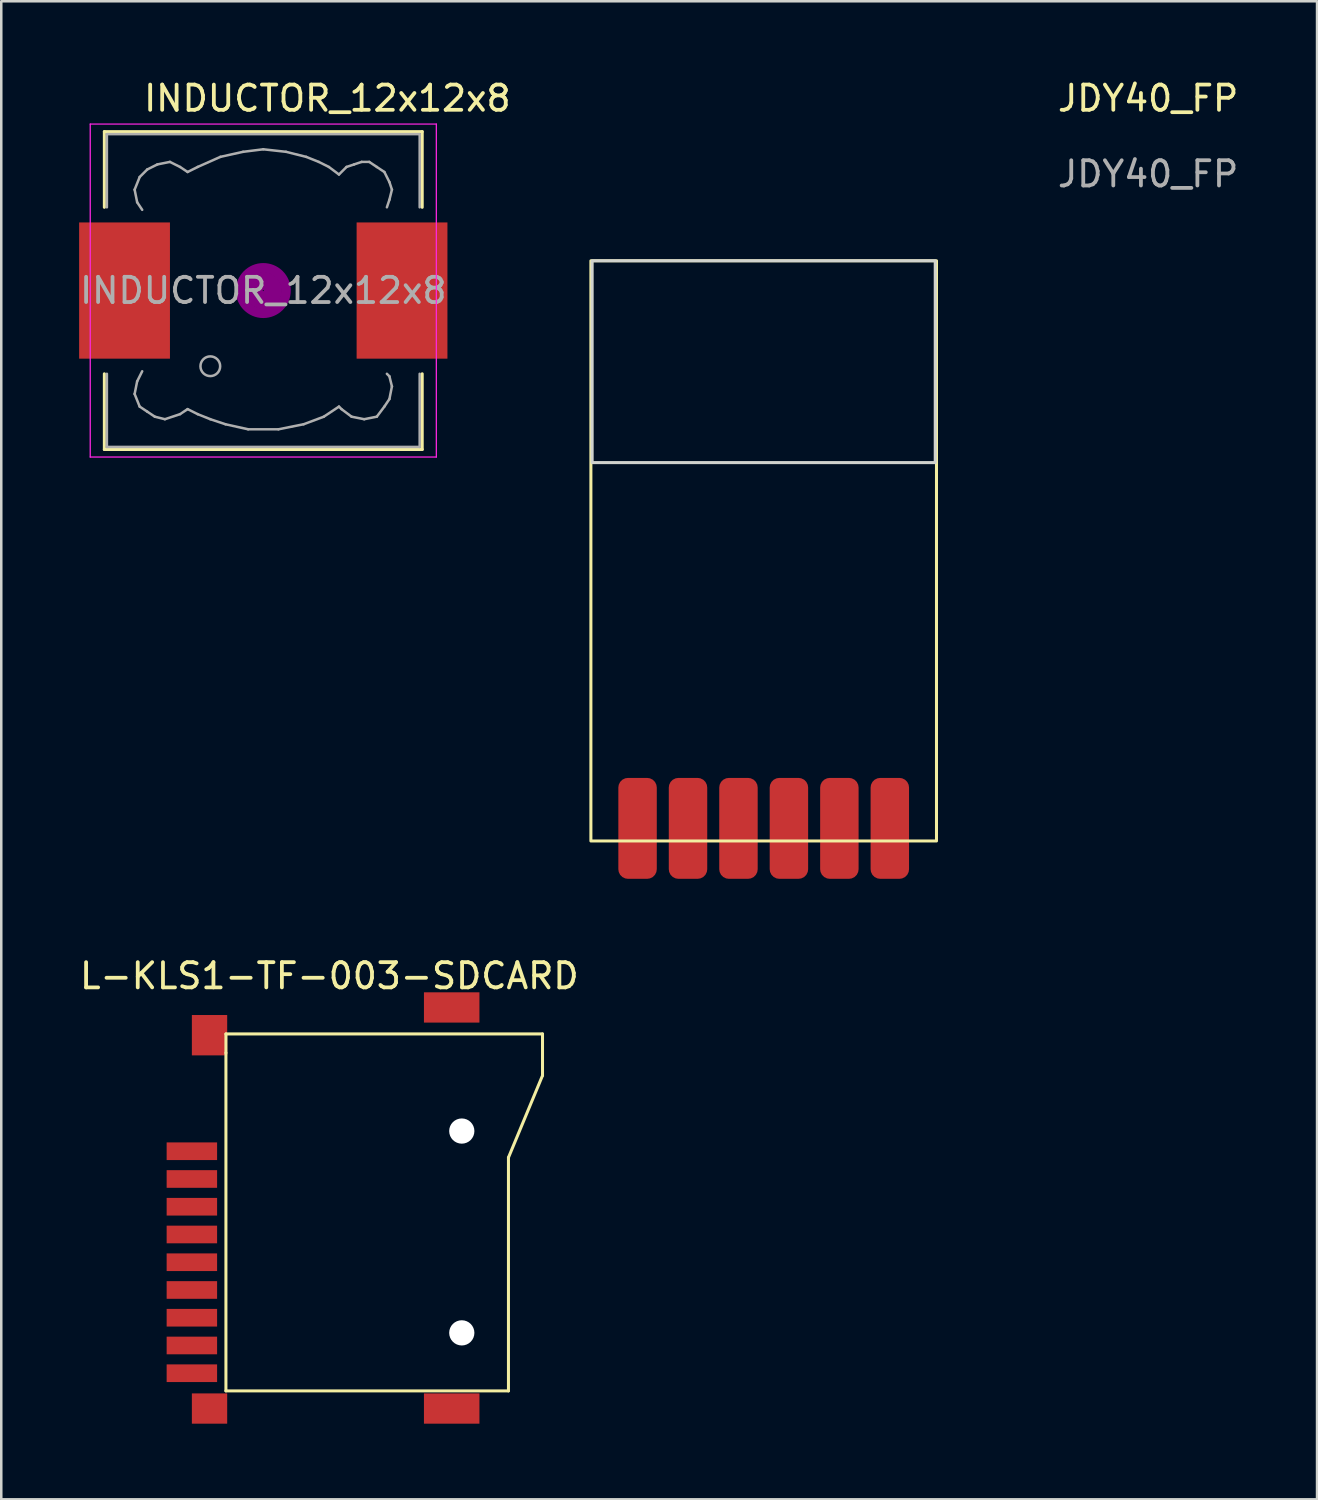
<source format=kicad_pcb>
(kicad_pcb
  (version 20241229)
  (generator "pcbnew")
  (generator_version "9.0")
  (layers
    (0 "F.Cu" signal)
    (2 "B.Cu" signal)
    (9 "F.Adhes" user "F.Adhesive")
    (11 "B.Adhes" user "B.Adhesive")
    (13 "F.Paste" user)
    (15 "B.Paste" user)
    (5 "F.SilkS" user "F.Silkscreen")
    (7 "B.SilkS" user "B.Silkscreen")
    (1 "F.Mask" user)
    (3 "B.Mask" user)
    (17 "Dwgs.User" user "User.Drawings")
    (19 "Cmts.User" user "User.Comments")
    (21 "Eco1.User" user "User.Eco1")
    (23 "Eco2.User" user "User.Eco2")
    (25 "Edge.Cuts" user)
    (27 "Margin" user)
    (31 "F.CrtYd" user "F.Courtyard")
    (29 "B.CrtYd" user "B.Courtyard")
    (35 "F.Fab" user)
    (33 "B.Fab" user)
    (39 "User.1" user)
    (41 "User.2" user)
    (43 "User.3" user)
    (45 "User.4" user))
  (footprint "INDUCTOR_12x12x8"
    (layer "F.Cu")
    (at 7.387 8.468)
    (property "Reference" "INDUCTOR_12x12x8" (at 2.54 -7.62 0) (layer "F.SilkS") (effects (font (size 1 1) (thickness 0.15))))
    (attr through_hole)
    (fp_line (start -6.3 -6.3) (end 6.3 -6.3) (stroke (width 0.12) (type solid)) (layer "F.SilkS"))
    (fp_line (start -6.3 -3.3) (end -6.3 -6.3) (stroke (width 0.12) (type solid)) (layer "F.SilkS"))
    (fp_line (start -6.3 6.3) (end -6.3 3.3) (stroke (width 0.12) (type solid)) (layer "F.SilkS"))
    (fp_line (start 6.3 -6.3) (end 6.3 -3.3) (stroke (width 0.12) (type solid)) (layer "F.SilkS"))
    (fp_line (start 6.3 3.3) (end 6.3 6.3) (stroke (width 0.12) (type solid)) (layer "F.SilkS"))
    (fp_line (start 6.3 6.3) (end -6.3 6.3) (stroke (width 0.12) (type solid)) (layer "F.SilkS"))
    (fp_circle (center 0 0) (end 0.15 0.15) (stroke (width 0.38) (type solid)) (fill no) (layer "F.Adhes"))
    (fp_circle (center 0 0) (end 0.55 0) (stroke (width 0.38) (type solid)) (fill no) (layer "F.Adhes"))
    (fp_circle (center 0 0) (end 0.9 0) (stroke (width 0.38) (type solid)) (fill no) (layer "F.Adhes"))
    (fp_line (start -6.86 -6.6) (end 6.86 -6.6) (stroke (width 0.05) (type solid)) (layer "F.CrtYd"))
    (fp_line (start -6.86 6.6) (end -6.86 -6.6) (stroke (width 0.05) (type solid)) (layer "F.CrtYd"))
    (fp_line (start 6.86 -6.6) (end 6.86 6.6) (stroke (width 0.05) (type solid)) (layer "F.CrtYd"))
    (fp_line (start 6.86 6.6) (end -6.86 6.6) (stroke (width 0.05) (type solid)) (layer "F.CrtYd"))
    (fp_line (start -6.2 -6.2) (end -6.2 -3.3) (stroke (width 0.1) (type solid)) (layer "F.Fab"))
    (fp_line (start -6.2 3.3) (end -6.2 6.2) (stroke (width 0.1) (type solid)) (layer "F.Fab"))
    (fp_line (start -6.2 6.2) (end 6.2 6.2) (stroke (width 0.1) (type solid)) (layer "F.Fab"))
    (fp_line (start -5.1 -4) (end -5 -3.5) (stroke (width 0.1) (type solid)) (layer "F.Fab"))
    (fp_line (start -5.1 4.1) (end -5 3.6) (stroke (width 0.1) (type solid)) (layer "F.Fab"))
    (fp_line (start -5 -3.5) (end -4.8 -3.2) (stroke (width 0.1) (type solid)) (layer "F.Fab"))
    (fp_line (start -5 3.6) (end -4.8 3.2) (stroke (width 0.1) (type solid)) (layer "F.Fab"))
    (fp_line (start -4.9 -4.5) (end -5.1 -4) (stroke (width 0.1) (type solid)) (layer "F.Fab"))
    (fp_line (start -4.9 4.6) (end -5.1 4.1) (stroke (width 0.1) (type solid)) (layer "F.Fab"))
    (fp_line (start -4.6 -4.8) (end -4.9 -4.5) (stroke (width 0.1) (type solid)) (layer "F.Fab"))
    (fp_line (start -4.6 4.8) (end -4.9 4.6) (stroke (width 0.1) (type solid)) (layer "F.Fab"))
    (fp_line (start -4.3 5) (end -4.6 4.8) (stroke (width 0.1) (type solid)) (layer "F.Fab"))
    (fp_line (start -4.2 -5) (end -4.6 -4.8) (stroke (width 0.1) (type solid)) (layer "F.Fab"))
    (fp_line (start -3.9 5.1) (end -4.3 5) (stroke (width 0.1) (type solid)) (layer "F.Fab"))
    (fp_line (start -3.7 -5.1) (end -4.2 -5) (stroke (width 0.1) (type solid)) (layer "F.Fab"))
    (fp_line (start -3.3 -4.9) (end -3.7 -5.1) (stroke (width 0.1) (type solid)) (layer "F.Fab"))
    (fp_line (start -3.3 4.9) (end -3.9 5.1) (stroke (width 0.1) (type solid)) (layer "F.Fab"))
    (fp_line (start -3 -4.7) (end -3.3 -4.9) (stroke (width 0.1) (type solid)) (layer "F.Fab"))
    (fp_line (start -3 4.7) (end -3.3 4.9) (stroke (width 0.1) (type solid)) (layer "F.Fab"))
    (fp_line (start -2.6 -4.9) (end -3 -4.7) (stroke (width 0.1) (type solid)) (layer "F.Fab"))
    (fp_line (start -2.6 4.9) (end -3 4.7) (stroke (width 0.1) (type solid)) (layer "F.Fab"))
    (fp_line (start -2.1 5.1) (end -2.6 4.9) (stroke (width 0.1) (type solid)) (layer "F.Fab"))
    (fp_line (start -1.7 -5.3) (end -2.6 -4.9) (stroke (width 0.1) (type solid)) (layer "F.Fab"))
    (fp_line (start -1.5 5.3) (end -2.1 5.1) (stroke (width 0.1) (type solid)) (layer "F.Fab"))
    (fp_line (start -0.8 -5.5) (end -1.7 -5.3) (stroke (width 0.1) (type solid)) (layer "F.Fab"))
    (fp_line (start -0.6 5.5) (end -1.5 5.3) (stroke (width 0.1) (type solid)) (layer "F.Fab"))
    (fp_line (start 0 -5.6) (end -0.8 -5.5) (stroke (width 0.1) (type solid)) (layer "F.Fab"))
    (fp_line (start 0.6 5.5) (end -0.6 5.5) (stroke (width 0.1) (type solid)) (layer "F.Fab"))
    (fp_line (start 0.9 -5.5) (end 0 -5.6) (stroke (width 0.1) (type solid)) (layer "F.Fab"))
    (fp_line (start 1.6 5.3) (end 0.6 5.5) (stroke (width 0.1) (type solid)) (layer "F.Fab"))
    (fp_line (start 1.7 -5.3) (end 0.9 -5.5) (stroke (width 0.1) (type solid)) (layer "F.Fab"))
    (fp_line (start 2.2 -5.1) (end 1.7 -5.3) (stroke (width 0.1) (type solid)) (layer "F.Fab"))
    (fp_line (start 2.4 5) (end 1.6 5.3) (stroke (width 0.1) (type solid)) (layer "F.Fab"))
    (fp_line (start 2.6 -4.9) (end 2.2 -5.1) (stroke (width 0.1) (type solid)) (layer "F.Fab"))
    (fp_line (start 3 -4.6) (end 2.6 -4.9) (stroke (width 0.1) (type solid)) (layer "F.Fab"))
    (fp_line (start 3 4.6) (end 2.4 5) (stroke (width 0.1) (type solid)) (layer "F.Fab"))
    (fp_line (start 3.1 4.7) (end 3 4.6) (stroke (width 0.1) (type solid)) (layer "F.Fab"))
    (fp_line (start 3.3 -4.9) (end 3 -4.6) (stroke (width 0.1) (type solid)) (layer "F.Fab"))
    (fp_line (start 3.5 5) (end 3.1 4.7) (stroke (width 0.1) (type solid)) (layer "F.Fab"))
    (fp_line (start 3.6 -5) (end 3.3 -4.9) (stroke (width 0.1) (type solid)) (layer "F.Fab"))
    (fp_line (start 3.9 -5.1) (end 3.6 -5) (stroke (width 0.1) (type solid)) (layer "F.Fab"))
    (fp_line (start 4 5.1) (end 3.5 5) (stroke (width 0.1) (type solid)) (layer "F.Fab"))
    (fp_line (start 4.2 -5.1) (end 3.9 -5.1) (stroke (width 0.1) (type solid)) (layer "F.Fab"))
    (fp_line (start 4.5 -4.9) (end 4.2 -5.1) (stroke (width 0.1) (type solid)) (layer "F.Fab"))
    (fp_line (start 4.5 5) (end 4 5.1) (stroke (width 0.1) (type solid)) (layer "F.Fab"))
    (fp_line (start 4.8 -4.7) (end 4.5 -4.9) (stroke (width 0.1) (type solid)) (layer "F.Fab"))
    (fp_line (start 4.8 4.6) (end 4.5 5) (stroke (width 0.1) (type solid)) (layer "F.Fab"))
    (fp_line (start 4.9 -3.3) (end 5 -3.6) (stroke (width 0.1) (type solid)) (layer "F.Fab"))
    (fp_line (start 4.9 3.3) (end 5 3.4) (stroke (width 0.1) (type solid)) (layer "F.Fab"))
    (fp_line (start 5 -4.3) (end 4.8 -4.7) (stroke (width 0.1) (type solid)) (layer "F.Fab"))
    (fp_line (start 5 -3.6) (end 5.1 -4) (stroke (width 0.1) (type solid)) (layer "F.Fab"))
    (fp_line (start 5 3.4) (end 5.1 3.8) (stroke (width 0.1) (type solid)) (layer "F.Fab"))
    (fp_line (start 5 4.3) (end 4.8 4.6) (stroke (width 0.1) (type solid)) (layer "F.Fab"))
    (fp_line (start 5.1 -4) (end 5 -4.3) (stroke (width 0.1) (type solid)) (layer "F.Fab"))
    (fp_line (start 5.1 3.8) (end 5 4.3) (stroke (width 0.1) (type solid)) (layer "F.Fab"))
    (fp_line (start 6.2 -6.2) (end -6.2 -6.2) (stroke (width 0.1) (type solid)) (layer "F.Fab"))
    (fp_line (start 6.2 -6.2) (end 6.2 -3.3) (stroke (width 0.1) (type solid)) (layer "F.Fab"))
    (fp_line (start 6.2 6.2) (end 6.2 3.3) (stroke (width 0.1) (type solid)) (layer "F.Fab"))
    (fp_circle (center -2.1 3) (end -1.8 3.25) (stroke (width 0.1) (type solid)) (fill no) (layer "F.Fab"))
    (fp_text user "${REFERENCE}" (at 0 0 0) (layer "F.Fab") (effects (font (size 1 1) (thickness 0.15))))
    (pad "1" smd rect (at -5.5 0) (size 3.6 5.4) (layers "F.Cu" "F.Mask" "F.Paste"))
    (pad "2" smd rect (at 5.5 0) (size 3.6 5.4) (layers "F.Cu" "F.Mask" "F.Paste")))
  (footprint "JDY40_FP"
    (layer "F.Cu")
    (at 27.224 30.288)
    (property "Reference" "JDY40_FP" (at 15.24 -29.44 0) (unlocked yes) (layer "F.SilkS") (effects (font (size 1 1) (thickness 0.15))))
    (attr smd)
    (fp_rect (start -6.85 -23) (end 6.85 0) (stroke (width 0.12) (type solid)) (fill no) (layer "F.SilkS"))
    (fp_rect (start -6.8 -23) (end 6.8 -15) (stroke (width 0.12) (type solid)) (fill no) (layer "Edge.Cuts"))
    (fp_text user "${REFERENCE}" (at 15.24 -26.44 0) (unlocked yes) (layer "F.Fab") (effects (font (size 1 1) (thickness 0.15))))
    (pad "1" smd roundrect (at -5 -0.5 90) (size 4 1.524) (layers "F.Cu" "F.Mask" "F.Paste") (roundrect_rratio 0.25))
    (pad "2" smd roundrect (at -3 -0.5 90) (size 4 1.524) (layers "F.Cu" "F.Mask" "F.Paste") (roundrect_rratio 0.25))
    (pad "3" smd roundrect (at -1 -0.5 90) (size 4 1.524) (layers "F.Cu" "F.Mask" "F.Paste") (roundrect_rratio 0.25))
    (pad "4" smd roundrect (at 1 -0.5 90) (size 4 1.524) (layers "F.Cu" "F.Mask" "F.Paste") (roundrect_rratio 0.25))
    (pad "5" smd roundrect (at 3 -0.5 90) (size 4 1.524) (layers "F.Cu" "F.Mask" "F.Paste") (roundrect_rratio 0.25))
    (pad "6" smd roundrect (at 5 -0.5 90) (size 4 1.524) (layers "F.Cu" "F.Mask" "F.Paste") (roundrect_rratio 0.25)))
  (footprint "L-KLS1-TF-003-SDCARD"
    (layer "F.Cu")
    (at 10.306 46.937)
    (property "Reference" "L-KLS1-TF-003-SDCARD" (at -0.3 -11.3 0) (layer "F.SilkS") (effects (font (size 1 1) (thickness 0.15))))
    (attr through_hole)
    (fp_line (start -4.4 -9) (end -4.4 -8.25) (stroke (width 0.12) (type solid)) (layer "F.SilkS"))
    (fp_line (start -4.4 -8.25) (end -4.4 5.15) (stroke (width 0.12) (type solid)) (layer "F.SilkS"))
    (fp_line (start -4.4 5.15) (end 6.8 5.15) (stroke (width 0.12) (type solid)) (layer "F.SilkS"))
    (fp_line (start 6.8 -4.1) (end 8.15 -7.35) (stroke (width 0.12) (type solid)) (layer "F.SilkS"))
    (fp_line (start 6.8 5.15) (end 6.8 -4.1) (stroke (width 0.12) (type solid)) (layer "F.SilkS"))
    (fp_line (start 8.15 -9) (end -4.4 -9) (stroke (width 0.12) (type solid)) (layer "F.SilkS"))
    (fp_line (start 8.15 -7.35) (end 8.15 -9) (stroke (width 0.12) (type solid)) (layer "F.SilkS"))
    (pad "" np_thru_hole circle (at 4.95 -5.15) (size 1 1) (drill 1) (layers "*.Cu" "*.Mask"))
    (pad "" np_thru_hole circle (at 4.95 2.85) (size 1 1) (drill 1) (layers "*.Cu" "*.Mask"))
    (pad "1" smd rect (at -5.75 -4.35) (size 2 0.7) (layers "F.Cu" "F.Mask" "F.Paste"))
    (pad "2" smd rect (at -5.75 -3.25) (size 2 0.7) (layers "F.Cu" "F.Mask" "F.Paste"))
    (pad "3" smd rect (at -5.75 -2.15) (size 2 0.7) (layers "F.Cu" "F.Mask" "F.Paste"))
    (pad "4" smd rect (at -5.75 -1.05) (size 2 0.7) (layers "F.Cu" "F.Mask" "F.Paste"))
    (pad "5" smd rect (at -5.75 0.05) (size 2 0.7) (layers "F.Cu" "F.Mask" "F.Paste"))
    (pad "6" smd rect (at -5.75 1.15) (size 2 0.7) (layers "F.Cu" "F.Mask" "F.Paste"))
    (pad "7" smd rect (at -5.75 2.25) (size 2 0.7) (layers "F.Cu" "F.Mask" "F.Paste"))
    (pad "8" smd rect (at -5.75 3.35) (size 2 0.7) (layers "F.Cu" "F.Mask" "F.Paste"))
    (pad "9" smd rect (at -5.75 4.45) (size 2 0.7) (layers "F.Cu" "F.Mask" "F.Paste"))
    (pad "10" smd rect (at -5.05 5.85) (size 1.4 1.2) (layers "F.Cu" "F.Mask" "F.Paste"))
    (pad "10" smd rect (at 4.55 -10.05) (size 2.2 1.2) (layers "F.Cu" "F.Mask" "F.Paste"))
    (pad "11" smd rect (at -5.05 -8.95) (size 1.4 1.6) (layers "F.Cu" "F.Mask" "F.Paste"))
    (pad "11" smd rect (at 4.55 5.85) (size 2.2 1.2) (layers "F.Cu" "F.Mask" "F.Paste")))
  (gr_rect
    (start -3 -3)
    (end 49.16 56.386)
    (stroke (width 0.1) (type default))
    (fill no)
    (layer "Edge.Cuts")))
</source>
